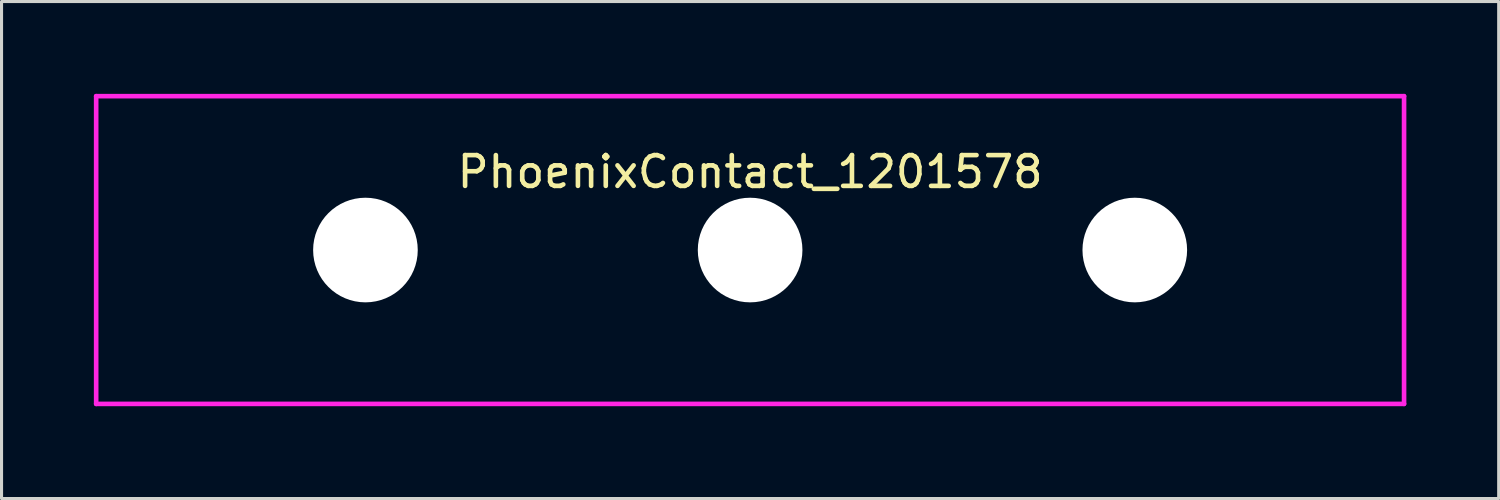
<source format=kicad_pcb>
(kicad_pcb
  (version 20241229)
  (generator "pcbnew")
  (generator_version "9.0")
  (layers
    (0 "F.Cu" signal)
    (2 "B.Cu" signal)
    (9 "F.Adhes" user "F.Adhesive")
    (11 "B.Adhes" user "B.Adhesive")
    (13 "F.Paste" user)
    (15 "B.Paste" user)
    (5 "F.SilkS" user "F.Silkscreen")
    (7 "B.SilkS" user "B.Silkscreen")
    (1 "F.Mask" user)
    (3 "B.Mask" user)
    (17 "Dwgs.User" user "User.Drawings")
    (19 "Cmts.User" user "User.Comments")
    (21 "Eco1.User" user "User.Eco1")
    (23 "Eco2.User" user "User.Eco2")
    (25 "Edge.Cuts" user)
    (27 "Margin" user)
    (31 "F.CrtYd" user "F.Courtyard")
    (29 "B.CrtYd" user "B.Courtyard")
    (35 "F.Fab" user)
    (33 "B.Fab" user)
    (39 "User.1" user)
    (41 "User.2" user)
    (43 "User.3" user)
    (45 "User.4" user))
  (footprint "PhoenixContact_1201578"
    (layer "F.Cu")
    (at 21.325 5.075)
    (property "Reference" "PhoenixContact_1201578" (at 0 -2.54 0) (layer "F.SilkS") (effects (font (size 1 1) (thickness 0.15))))
    (attr through_hole)
    (fp_line (start -21.25 -5) (end 21.25 -5) (stroke (width 0.15) (type solid)) (layer "F.CrtYd"))
    (fp_line (start -21.25 5) (end -21.25 -5) (stroke (width 0.15) (type solid)) (layer "F.CrtYd"))
    (fp_line (start 21.25 -5) (end 21.25 5) (stroke (width 0.15) (type solid)) (layer "F.CrtYd"))
    (fp_line (start 21.25 5) (end -21.25 5) (stroke (width 0.15) (type solid)) (layer "F.CrtYd"))
    (pad "" np_thru_hole circle (at -12.5 0) (size 3.4 3.4) (drill 3.4) (layers "*.Cu"))
    (pad "" np_thru_hole circle (at 0 0) (size 3.4 3.4) (drill 3.4) (layers "*.Cu"))
    (pad "" np_thru_hole circle (at 12.5 0) (size 3.4 3.4) (drill 3.4) (layers "*.Cu")))
  (gr_rect
    (start -3 -3)
    (end 45.65 13.15)
    (stroke (width 0.1) (type default))
    (fill no)
    (layer "Edge.Cuts")))
</source>
